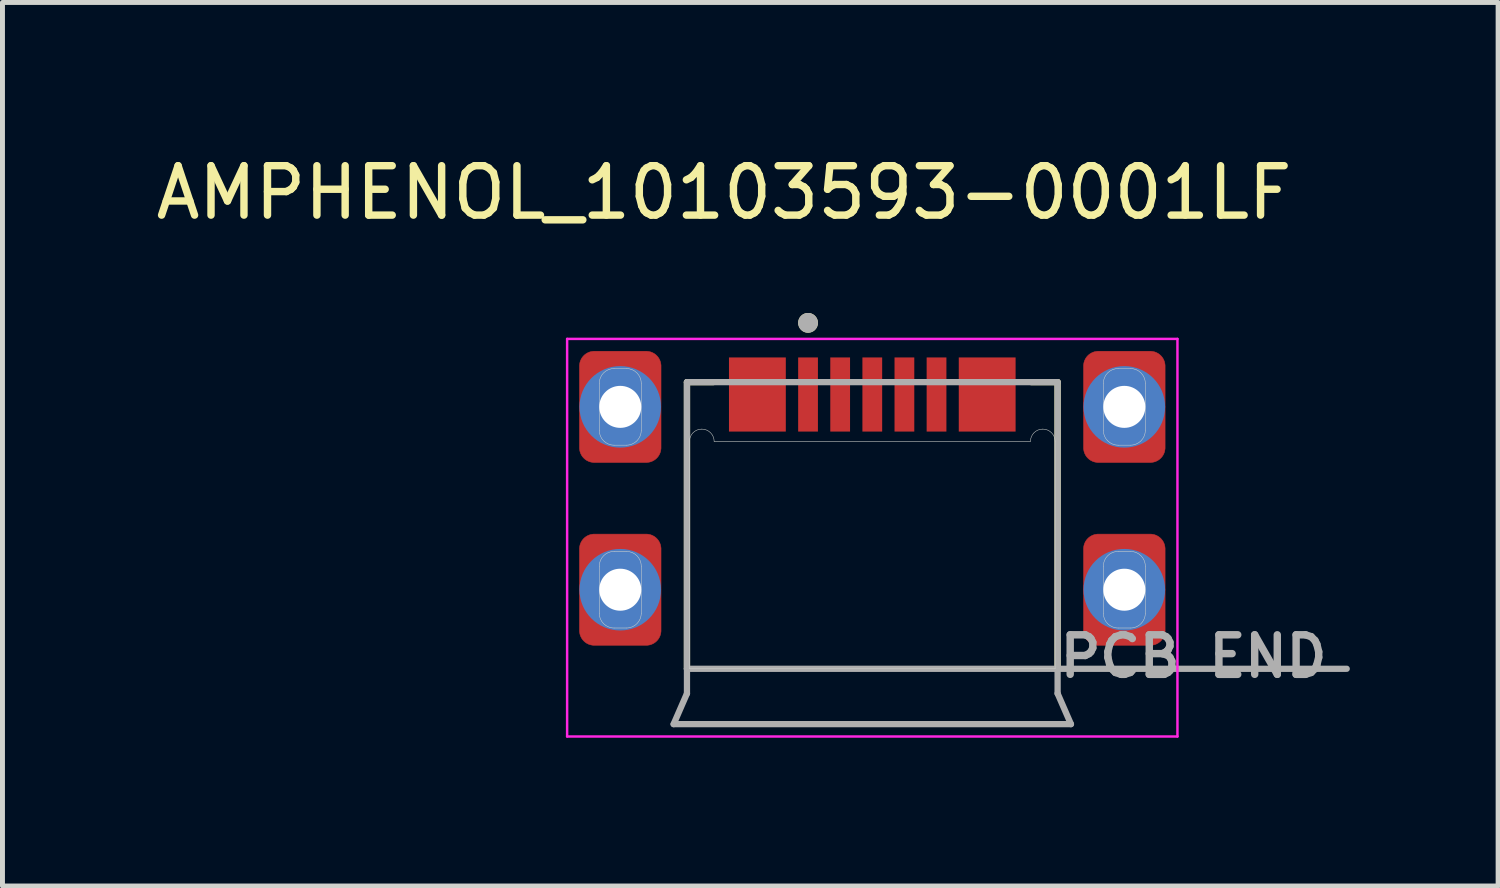
<source format=kicad_pcb>
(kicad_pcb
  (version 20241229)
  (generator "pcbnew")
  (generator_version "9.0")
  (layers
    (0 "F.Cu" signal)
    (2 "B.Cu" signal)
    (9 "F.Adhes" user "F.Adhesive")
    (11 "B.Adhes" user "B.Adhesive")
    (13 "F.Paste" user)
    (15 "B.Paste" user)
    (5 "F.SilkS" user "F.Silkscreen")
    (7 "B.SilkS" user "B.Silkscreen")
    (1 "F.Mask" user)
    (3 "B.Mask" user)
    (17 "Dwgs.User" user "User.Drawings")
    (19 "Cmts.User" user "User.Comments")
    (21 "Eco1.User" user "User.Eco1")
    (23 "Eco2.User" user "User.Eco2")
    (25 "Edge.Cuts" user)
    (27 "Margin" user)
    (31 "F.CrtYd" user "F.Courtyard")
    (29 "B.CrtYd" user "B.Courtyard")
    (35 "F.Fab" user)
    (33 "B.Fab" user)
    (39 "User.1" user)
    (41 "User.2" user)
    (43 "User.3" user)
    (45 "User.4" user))
  (footprint "AMPHENOL_10103593-0001LF"
    (layer "F.Cu")
    (at 14.601 8.883)
    (property "Reference" "AMPHENOL_10103593-0001LF" (at -3 -8.035 0) (layer "F.SilkS") (effects (font (size 1 1) (thickness 0.15))))
    (attr smd)
    (fp_poly (pts (xy -4.275 -2.875) (xy -4.275 -2.859) (xy -4.277 -2.844) (xy -4.279 -2.828) (xy -4.282 -2.813) (xy -4.285 -2.797) (xy -4.29 -2.782) (xy -4.295 -2.767) (xy -4.301 -2.753) (xy -4.308 -2.739) (xy -4.315 -2.725) (xy -4.323 -2.712) (xy -4.332 -2.699) (xy -4.342 -2.686) (xy -4.352 -2.674) (xy -4.363 -2.663) (xy -4.374 -2.652) (xy -4.386 -2.642) (xy -4.399 -2.632) (xy -4.412 -2.623) (xy -4.425 -2.615) (xy -4.439 -2.608) (xy -4.453 -2.601) (xy -4.467 -2.595) (xy -4.482 -2.59) (xy -4.497 -2.585) (xy -4.513 -2.582) (xy -4.528 -2.579) (xy -4.544 -2.577) (xy -4.559 -2.575) (xy -4.575 -2.575) (xy -5.625 -2.575) (xy -5.641 -2.575) (xy -5.656 -2.577) (xy -5.672 -2.579) (xy -5.687 -2.582) (xy -5.703 -2.585) (xy -5.718 -2.59) (xy -5.733 -2.595) (xy -5.747 -2.601) (xy -5.761 -2.608) (xy -5.775 -2.615) (xy -5.788 -2.623) (xy -5.801 -2.632) (xy -5.814 -2.642) (xy -5.826 -2.652) (xy -5.837 -2.663) (xy -5.848 -2.674) (xy -5.858 -2.686) (xy -5.868 -2.699) (xy -5.877 -2.712) (xy -5.885 -2.725) (xy -5.892 -2.739) (xy -5.899 -2.753) (xy -5.905 -2.767) (xy -5.91 -2.782) (xy -5.915 -2.797) (xy -5.918 -2.813) (xy -5.921 -2.828) (xy -5.923 -2.844) (xy -5.925 -2.859) (xy -5.925 -2.875) (xy -5.925 -4.525) (xy -5.925 -4.541) (xy -5.923 -4.556) (xy -5.921 -4.572) (xy -5.918 -4.587) (xy -5.915 -4.603) (xy -5.91 -4.618) (xy -5.905 -4.633) (xy -5.899 -4.647) (xy -5.892 -4.661) (xy -5.885 -4.675) (xy -5.877 -4.688) (xy -5.868 -4.701) (xy -5.858 -4.714) (xy -5.848 -4.726) (xy -5.837 -4.737) (xy -5.826 -4.748) (xy -5.814 -4.758) (xy -5.801 -4.768) (xy -5.788 -4.777) (xy -5.775 -4.785) (xy -5.761 -4.792) (xy -5.747 -4.799) (xy -5.733 -4.805) (xy -5.718 -4.81) (xy -5.703 -4.815) (xy -5.687 -4.818) (xy -5.672 -4.821) (xy -5.656 -4.823) (xy -5.641 -4.825) (xy -5.625 -4.825) (xy -4.575 -4.825) (xy -4.559 -4.825) (xy -4.544 -4.823) (xy -4.528 -4.821) (xy -4.513 -4.818) (xy -4.497 -4.815) (xy -4.482 -4.81) (xy -4.467 -4.805) (xy -4.453 -4.799) (xy -4.439 -4.792) (xy -4.425 -4.785) (xy -4.412 -4.777) (xy -4.399 -4.768) (xy -4.386 -4.758) (xy -4.374 -4.748) (xy -4.363 -4.737) (xy -4.352 -4.726) (xy -4.342 -4.714) (xy -4.332 -4.701) (xy -4.323 -4.688) (xy -4.315 -4.675) (xy -4.308 -4.661) (xy -4.301 -4.647) (xy -4.295 -4.633) (xy -4.29 -4.618) (xy -4.285 -4.603) (xy -4.282 -4.587) (xy -4.279 -4.572) (xy -4.277 -4.556) (xy -4.275 -4.541) (xy -4.275 -4.525) (xy -4.275 -2.875)) (stroke (width 0.01) (type solid)) (fill yes) (layer "F.Cu"))
    (fp_poly (pts (xy -4.275 0.825) (xy -4.275 0.841) (xy -4.277 0.856) (xy -4.279 0.872) (xy -4.282 0.887) (xy -4.285 0.903) (xy -4.29 0.918) (xy -4.295 0.933) (xy -4.301 0.947) (xy -4.308 0.961) (xy -4.315 0.975) (xy -4.323 0.988) (xy -4.332 1.001) (xy -4.342 1.014) (xy -4.352 1.026) (xy -4.363 1.037) (xy -4.374 1.048) (xy -4.386 1.058) (xy -4.399 1.068) (xy -4.412 1.077) (xy -4.425 1.085) (xy -4.439 1.092) (xy -4.453 1.099) (xy -4.467 1.105) (xy -4.482 1.11) (xy -4.497 1.115) (xy -4.513 1.118) (xy -4.528 1.121) (xy -4.544 1.123) (xy -4.559 1.125) (xy -4.575 1.125) (xy -5.625 1.125) (xy -5.641 1.125) (xy -5.656 1.123) (xy -5.672 1.121) (xy -5.687 1.118) (xy -5.703 1.115) (xy -5.718 1.11) (xy -5.733 1.105) (xy -5.747 1.099) (xy -5.761 1.092) (xy -5.775 1.085) (xy -5.788 1.077) (xy -5.801 1.068) (xy -5.814 1.058) (xy -5.826 1.048) (xy -5.837 1.037) (xy -5.848 1.026) (xy -5.858 1.014) (xy -5.868 1.001) (xy -5.877 0.988) (xy -5.885 0.975) (xy -5.892 0.961) (xy -5.899 0.947) (xy -5.905 0.933) (xy -5.91 0.918) (xy -5.915 0.903) (xy -5.918 0.887) (xy -5.921 0.872) (xy -5.923 0.856) (xy -5.925 0.841) (xy -5.925 0.825) (xy -5.925 -0.825) (xy -5.925 -0.841) (xy -5.923 -0.856) (xy -5.921 -0.872) (xy -5.918 -0.887) (xy -5.915 -0.903) (xy -5.91 -0.918) (xy -5.905 -0.933) (xy -5.899 -0.947) (xy -5.892 -0.961) (xy -5.885 -0.975) (xy -5.877 -0.988) (xy -5.868 -1.001) (xy -5.858 -1.014) (xy -5.848 -1.026) (xy -5.837 -1.037) (xy -5.826 -1.048) (xy -5.814 -1.058) (xy -5.801 -1.068) (xy -5.788 -1.077) (xy -5.775 -1.085) (xy -5.761 -1.092) (xy -5.747 -1.099) (xy -5.733 -1.105) (xy -5.718 -1.11) (xy -5.703 -1.115) (xy -5.687 -1.118) (xy -5.672 -1.121) (xy -5.656 -1.123) (xy -5.641 -1.125) (xy -5.625 -1.125) (xy -4.575 -1.125) (xy -4.559 -1.125) (xy -4.544 -1.123) (xy -4.528 -1.121) (xy -4.513 -1.118) (xy -4.497 -1.115) (xy -4.482 -1.11) (xy -4.467 -1.105) (xy -4.453 -1.099) (xy -4.439 -1.092) (xy -4.425 -1.085) (xy -4.412 -1.077) (xy -4.399 -1.068) (xy -4.386 -1.058) (xy -4.374 -1.048) (xy -4.363 -1.037) (xy -4.352 -1.026) (xy -4.342 -1.014) (xy -4.332 -1.001) (xy -4.323 -0.988) (xy -4.315 -0.975) (xy -4.308 -0.961) (xy -4.301 -0.947) (xy -4.295 -0.933) (xy -4.29 -0.918) (xy -4.285 -0.903) (xy -4.282 -0.887) (xy -4.279 -0.872) (xy -4.277 -0.856) (xy -4.275 -0.841) (xy -4.275 -0.825) (xy -4.275 0.825)) (stroke (width 0.01) (type solid)) (fill yes) (layer "F.Cu"))
    (fp_poly (pts (xy 5.925 -2.875) (xy 5.925 -2.859) (xy 5.923 -2.844) (xy 5.921 -2.828) (xy 5.918 -2.813) (xy 5.915 -2.797) (xy 5.91 -2.782) (xy 5.905 -2.767) (xy 5.899 -2.753) (xy 5.892 -2.739) (xy 5.885 -2.725) (xy 5.877 -2.712) (xy 5.868 -2.699) (xy 5.858 -2.686) (xy 5.848 -2.674) (xy 5.837 -2.663) (xy 5.826 -2.652) (xy 5.814 -2.642) (xy 5.801 -2.632) (xy 5.788 -2.623) (xy 5.775 -2.615) (xy 5.761 -2.608) (xy 5.747 -2.601) (xy 5.733 -2.595) (xy 5.718 -2.59) (xy 5.703 -2.585) (xy 5.687 -2.582) (xy 5.672 -2.579) (xy 5.656 -2.577) (xy 5.641 -2.575) (xy 5.625 -2.575) (xy 4.575 -2.575) (xy 4.559 -2.575) (xy 4.544 -2.577) (xy 4.528 -2.579) (xy 4.513 -2.582) (xy 4.497 -2.585) (xy 4.482 -2.59) (xy 4.467 -2.595) (xy 4.453 -2.601) (xy 4.439 -2.608) (xy 4.425 -2.615) (xy 4.412 -2.623) (xy 4.399 -2.632) (xy 4.386 -2.642) (xy 4.374 -2.652) (xy 4.363 -2.663) (xy 4.352 -2.674) (xy 4.342 -2.686) (xy 4.332 -2.699) (xy 4.323 -2.712) (xy 4.315 -2.725) (xy 4.308 -2.739) (xy 4.301 -2.753) (xy 4.295 -2.767) (xy 4.29 -2.782) (xy 4.285 -2.797) (xy 4.282 -2.813) (xy 4.279 -2.828) (xy 4.277 -2.844) (xy 4.275 -2.859) (xy 4.275 -2.875) (xy 4.275 -4.525) (xy 4.275 -4.541) (xy 4.277 -4.556) (xy 4.279 -4.572) (xy 4.282 -4.587) (xy 4.285 -4.603) (xy 4.29 -4.618) (xy 4.295 -4.633) (xy 4.301 -4.647) (xy 4.308 -4.661) (xy 4.315 -4.675) (xy 4.323 -4.688) (xy 4.332 -4.701) (xy 4.342 -4.714) (xy 4.352 -4.726) (xy 4.363 -4.737) (xy 4.374 -4.748) (xy 4.386 -4.758) (xy 4.399 -4.768) (xy 4.412 -4.777) (xy 4.425 -4.785) (xy 4.439 -4.792) (xy 4.453 -4.799) (xy 4.467 -4.805) (xy 4.482 -4.81) (xy 4.497 -4.815) (xy 4.513 -4.818) (xy 4.528 -4.821) (xy 4.544 -4.823) (xy 4.559 -4.825) (xy 4.575 -4.825) (xy 5.625 -4.825) (xy 5.641 -4.825) (xy 5.656 -4.823) (xy 5.672 -4.821) (xy 5.687 -4.818) (xy 5.703 -4.815) (xy 5.718 -4.81) (xy 5.733 -4.805) (xy 5.747 -4.799) (xy 5.761 -4.792) (xy 5.775 -4.785) (xy 5.788 -4.777) (xy 5.801 -4.768) (xy 5.814 -4.758) (xy 5.826 -4.748) (xy 5.837 -4.737) (xy 5.848 -4.726) (xy 5.858 -4.714) (xy 5.868 -4.701) (xy 5.877 -4.688) (xy 5.885 -4.675) (xy 5.892 -4.661) (xy 5.899 -4.647) (xy 5.905 -4.633) (xy 5.91 -4.618) (xy 5.915 -4.603) (xy 5.918 -4.587) (xy 5.921 -4.572) (xy 5.923 -4.556) (xy 5.925 -4.541) (xy 5.925 -4.525) (xy 5.925 -2.875)) (stroke (width 0.01) (type solid)) (fill yes) (layer "F.Cu"))
    (fp_poly (pts (xy 5.925 0.825) (xy 5.925 0.841) (xy 5.923 0.856) (xy 5.921 0.872) (xy 5.918 0.887) (xy 5.915 0.903) (xy 5.91 0.918) (xy 5.905 0.933) (xy 5.899 0.947) (xy 5.892 0.961) (xy 5.885 0.975) (xy 5.877 0.988) (xy 5.868 1.001) (xy 5.858 1.014) (xy 5.848 1.026) (xy 5.837 1.037) (xy 5.826 1.048) (xy 5.814 1.058) (xy 5.801 1.068) (xy 5.788 1.077) (xy 5.775 1.085) (xy 5.761 1.092) (xy 5.747 1.099) (xy 5.733 1.105) (xy 5.718 1.11) (xy 5.703 1.115) (xy 5.687 1.118) (xy 5.672 1.121) (xy 5.656 1.123) (xy 5.641 1.125) (xy 5.625 1.125) (xy 4.575 1.125) (xy 4.559 1.125) (xy 4.544 1.123) (xy 4.528 1.121) (xy 4.513 1.118) (xy 4.497 1.115) (xy 4.482 1.11) (xy 4.467 1.105) (xy 4.453 1.099) (xy 4.439 1.092) (xy 4.425 1.085) (xy 4.412 1.077) (xy 4.399 1.068) (xy 4.386 1.058) (xy 4.374 1.048) (xy 4.363 1.037) (xy 4.352 1.026) (xy 4.342 1.014) (xy 4.332 1.001) (xy 4.323 0.988) (xy 4.315 0.975) (xy 4.308 0.961) (xy 4.301 0.947) (xy 4.295 0.933) (xy 4.29 0.918) (xy 4.285 0.903) (xy 4.282 0.887) (xy 4.279 0.872) (xy 4.277 0.856) (xy 4.275 0.841) (xy 4.275 0.825) (xy 4.275 -0.825) (xy 4.275 -0.841) (xy 4.277 -0.856) (xy 4.279 -0.872) (xy 4.282 -0.887) (xy 4.285 -0.903) (xy 4.29 -0.918) (xy 4.295 -0.933) (xy 4.301 -0.947) (xy 4.308 -0.961) (xy 4.315 -0.975) (xy 4.323 -0.988) (xy 4.332 -1.001) (xy 4.342 -1.014) (xy 4.352 -1.026) (xy 4.363 -1.037) (xy 4.374 -1.048) (xy 4.386 -1.058) (xy 4.399 -1.068) (xy 4.412 -1.077) (xy 4.425 -1.085) (xy 4.439 -1.092) (xy 4.453 -1.099) (xy 4.467 -1.105) (xy 4.482 -1.11) (xy 4.497 -1.115) (xy 4.513 -1.118) (xy 4.528 -1.121) (xy 4.544 -1.123) (xy 4.559 -1.125) (xy 4.575 -1.125) (xy 5.625 -1.125) (xy 5.641 -1.125) (xy 5.656 -1.123) (xy 5.672 -1.121) (xy 5.687 -1.118) (xy 5.703 -1.115) (xy 5.718 -1.11) (xy 5.733 -1.105) (xy 5.747 -1.099) (xy 5.761 -1.092) (xy 5.775 -1.085) (xy 5.788 -1.077) (xy 5.801 -1.068) (xy 5.814 -1.058) (xy 5.826 -1.048) (xy 5.837 -1.037) (xy 5.848 -1.026) (xy 5.858 -1.014) (xy 5.868 -1.001) (xy 5.877 -0.988) (xy 5.885 -0.975) (xy 5.892 -0.961) (xy 5.899 -0.947) (xy 5.905 -0.933) (xy 5.91 -0.918) (xy 5.915 -0.903) (xy 5.918 -0.887) (xy 5.921 -0.872) (xy 5.923 -0.856) (xy 5.925 -0.841) (xy 5.925 -0.825) (xy 5.925 0.825)) (stroke (width 0.01) (type solid)) (fill yes) (layer "F.Cu"))
    (fp_poly (pts (xy -4.175 -2.875) (xy -4.176 -2.854) (xy -4.177 -2.833) (xy -4.18 -2.812) (xy -4.184 -2.792) (xy -4.189 -2.771) (xy -4.195 -2.751) (xy -4.202 -2.732) (xy -4.21 -2.712) (xy -4.219 -2.693) (xy -4.229 -2.675) (xy -4.24 -2.657) (xy -4.251 -2.64) (xy -4.264 -2.623) (xy -4.278 -2.607) (xy -4.292 -2.592) (xy -4.307 -2.578) (xy -4.323 -2.564) (xy -4.34 -2.551) (xy -4.357 -2.54) (xy -4.375 -2.529) (xy -4.393 -2.519) (xy -4.412 -2.51) (xy -4.432 -2.502) (xy -4.451 -2.495) (xy -4.471 -2.489) (xy -4.492 -2.484) (xy -4.512 -2.48) (xy -4.533 -2.477) (xy -4.554 -2.476) (xy -4.575 -2.475) (xy -5.625 -2.475) (xy -5.646 -2.476) (xy -5.667 -2.477) (xy -5.688 -2.48) (xy -5.708 -2.484) (xy -5.729 -2.489) (xy -5.749 -2.495) (xy -5.768 -2.502) (xy -5.788 -2.51) (xy -5.807 -2.519) (xy -5.825 -2.529) (xy -5.843 -2.54) (xy -5.86 -2.551) (xy -5.877 -2.564) (xy -5.893 -2.578) (xy -5.908 -2.592) (xy -5.922 -2.607) (xy -5.936 -2.623) (xy -5.949 -2.64) (xy -5.96 -2.657) (xy -5.971 -2.675) (xy -5.981 -2.693) (xy -5.99 -2.712) (xy -5.998 -2.732) (xy -6.005 -2.751) (xy -6.011 -2.771) (xy -6.016 -2.792) (xy -6.02 -2.812) (xy -6.023 -2.833) (xy -6.024 -2.854) (xy -6.025 -2.875) (xy -6.025 -4.525) (xy -6.024 -4.546) (xy -6.023 -4.567) (xy -6.02 -4.588) (xy -6.016 -4.608) (xy -6.011 -4.629) (xy -6.005 -4.649) (xy -5.998 -4.668) (xy -5.99 -4.688) (xy -5.981 -4.707) (xy -5.971 -4.725) (xy -5.96 -4.743) (xy -5.949 -4.76) (xy -5.936 -4.777) (xy -5.922 -4.793) (xy -5.908 -4.808) (xy -5.893 -4.822) (xy -5.877 -4.836) (xy -5.86 -4.849) (xy -5.843 -4.86) (xy -5.825 -4.871) (xy -5.807 -4.881) (xy -5.788 -4.89) (xy -5.768 -4.898) (xy -5.749 -4.905) (xy -5.729 -4.911) (xy -5.708 -4.916) (xy -5.688 -4.92) (xy -5.667 -4.923) (xy -5.646 -4.924) (xy -5.625 -4.925) (xy -4.575 -4.925) (xy -4.554 -4.924) (xy -4.533 -4.923) (xy -4.512 -4.92) (xy -4.492 -4.916) (xy -4.471 -4.911) (xy -4.451 -4.905) (xy -4.432 -4.898) (xy -4.412 -4.89) (xy -4.393 -4.881) (xy -4.375 -4.871) (xy -4.357 -4.86) (xy -4.34 -4.849) (xy -4.323 -4.836) (xy -4.307 -4.822) (xy -4.292 -4.808) (xy -4.278 -4.793) (xy -4.264 -4.777) (xy -4.251 -4.76) (xy -4.24 -4.743) (xy -4.229 -4.725) (xy -4.219 -4.707) (xy -4.21 -4.688) (xy -4.202 -4.668) (xy -4.195 -4.649) (xy -4.189 -4.629) (xy -4.184 -4.608) (xy -4.18 -4.588) (xy -4.177 -4.567) (xy -4.176 -4.546) (xy -4.175 -4.525) (xy -4.175 -2.875)) (stroke (width 0.01) (type solid)) (fill yes) (layer "F.Mask"))
    (fp_poly (pts (xy -4.175 0.825) (xy -4.176 0.846) (xy -4.177 0.867) (xy -4.18 0.888) (xy -4.184 0.908) (xy -4.189 0.929) (xy -4.195 0.949) (xy -4.202 0.968) (xy -4.21 0.988) (xy -4.219 1.007) (xy -4.229 1.025) (xy -4.24 1.043) (xy -4.251 1.06) (xy -4.264 1.077) (xy -4.278 1.093) (xy -4.292 1.108) (xy -4.307 1.122) (xy -4.323 1.136) (xy -4.34 1.149) (xy -4.357 1.16) (xy -4.375 1.171) (xy -4.393 1.181) (xy -4.412 1.19) (xy -4.432 1.198) (xy -4.451 1.205) (xy -4.471 1.211) (xy -4.492 1.216) (xy -4.512 1.22) (xy -4.533 1.223) (xy -4.554 1.224) (xy -4.575 1.225) (xy -5.625 1.225) (xy -5.646 1.224) (xy -5.667 1.223) (xy -5.688 1.22) (xy -5.708 1.216) (xy -5.729 1.211) (xy -5.749 1.205) (xy -5.768 1.198) (xy -5.788 1.19) (xy -5.807 1.181) (xy -5.825 1.171) (xy -5.843 1.16) (xy -5.86 1.149) (xy -5.877 1.136) (xy -5.893 1.122) (xy -5.908 1.108) (xy -5.922 1.093) (xy -5.936 1.077) (xy -5.949 1.06) (xy -5.96 1.043) (xy -5.971 1.025) (xy -5.981 1.007) (xy -5.99 0.988) (xy -5.998 0.968) (xy -6.005 0.949) (xy -6.011 0.929) (xy -6.016 0.908) (xy -6.02 0.888) (xy -6.023 0.867) (xy -6.024 0.846) (xy -6.025 0.825) (xy -6.025 -0.825) (xy -6.024 -0.846) (xy -6.023 -0.867) (xy -6.02 -0.888) (xy -6.016 -0.908) (xy -6.011 -0.929) (xy -6.005 -0.949) (xy -5.998 -0.968) (xy -5.99 -0.988) (xy -5.981 -1.007) (xy -5.971 -1.025) (xy -5.96 -1.043) (xy -5.949 -1.06) (xy -5.936 -1.077) (xy -5.922 -1.093) (xy -5.908 -1.108) (xy -5.893 -1.122) (xy -5.877 -1.136) (xy -5.86 -1.149) (xy -5.843 -1.16) (xy -5.825 -1.171) (xy -5.807 -1.181) (xy -5.788 -1.19) (xy -5.768 -1.198) (xy -5.749 -1.205) (xy -5.729 -1.211) (xy -5.708 -1.216) (xy -5.688 -1.22) (xy -5.667 -1.223) (xy -5.646 -1.224) (xy -5.625 -1.225) (xy -4.575 -1.225) (xy -4.554 -1.224) (xy -4.533 -1.223) (xy -4.512 -1.22) (xy -4.492 -1.216) (xy -4.471 -1.211) (xy -4.451 -1.205) (xy -4.432 -1.198) (xy -4.412 -1.19) (xy -4.393 -1.181) (xy -4.375 -1.171) (xy -4.357 -1.16) (xy -4.34 -1.149) (xy -4.323 -1.136) (xy -4.307 -1.122) (xy -4.292 -1.108) (xy -4.278 -1.093) (xy -4.264 -1.077) (xy -4.251 -1.06) (xy -4.24 -1.043) (xy -4.229 -1.025) (xy -4.219 -1.007) (xy -4.21 -0.988) (xy -4.202 -0.968) (xy -4.195 -0.949) (xy -4.189 -0.929) (xy -4.184 -0.908) (xy -4.18 -0.888) (xy -4.177 -0.867) (xy -4.176 -0.846) (xy -4.175 -0.825) (xy -4.175 0.825)) (stroke (width 0.01) (type solid)) (fill yes) (layer "F.Mask"))
    (fp_poly (pts (xy 6.025 -2.875) (xy 6.024 -2.854) (xy 6.023 -2.833) (xy 6.02 -2.812) (xy 6.016 -2.792) (xy 6.011 -2.771) (xy 6.005 -2.751) (xy 5.998 -2.732) (xy 5.99 -2.712) (xy 5.981 -2.693) (xy 5.971 -2.675) (xy 5.96 -2.657) (xy 5.949 -2.64) (xy 5.936 -2.623) (xy 5.922 -2.607) (xy 5.908 -2.592) (xy 5.893 -2.578) (xy 5.877 -2.564) (xy 5.86 -2.551) (xy 5.843 -2.54) (xy 5.825 -2.529) (xy 5.807 -2.519) (xy 5.788 -2.51) (xy 5.768 -2.502) (xy 5.749 -2.495) (xy 5.729 -2.489) (xy 5.708 -2.484) (xy 5.688 -2.48) (xy 5.667 -2.477) (xy 5.646 -2.476) (xy 5.625 -2.475) (xy 4.575 -2.475) (xy 4.554 -2.476) (xy 4.533 -2.477) (xy 4.512 -2.48) (xy 4.492 -2.484) (xy 4.471 -2.489) (xy 4.451 -2.495) (xy 4.432 -2.502) (xy 4.412 -2.51) (xy 4.393 -2.519) (xy 4.375 -2.529) (xy 4.357 -2.54) (xy 4.34 -2.551) (xy 4.323 -2.564) (xy 4.307 -2.578) (xy 4.292 -2.592) (xy 4.278 -2.607) (xy 4.264 -2.623) (xy 4.251 -2.64) (xy 4.24 -2.657) (xy 4.229 -2.675) (xy 4.219 -2.693) (xy 4.21 -2.712) (xy 4.202 -2.732) (xy 4.195 -2.751) (xy 4.189 -2.771) (xy 4.184 -2.792) (xy 4.18 -2.812) (xy 4.177 -2.833) (xy 4.176 -2.854) (xy 4.175 -2.875) (xy 4.175 -4.525) (xy 4.176 -4.546) (xy 4.177 -4.567) (xy 4.18 -4.588) (xy 4.184 -4.608) (xy 4.189 -4.629) (xy 4.195 -4.649) (xy 4.202 -4.668) (xy 4.21 -4.688) (xy 4.219 -4.707) (xy 4.229 -4.725) (xy 4.24 -4.743) (xy 4.251 -4.76) (xy 4.264 -4.777) (xy 4.278 -4.793) (xy 4.292 -4.808) (xy 4.307 -4.822) (xy 4.323 -4.836) (xy 4.34 -4.849) (xy 4.357 -4.86) (xy 4.375 -4.871) (xy 4.393 -4.881) (xy 4.412 -4.89) (xy 4.432 -4.898) (xy 4.451 -4.905) (xy 4.471 -4.911) (xy 4.492 -4.916) (xy 4.512 -4.92) (xy 4.533 -4.923) (xy 4.554 -4.924) (xy 4.575 -4.925) (xy 5.625 -4.925) (xy 5.646 -4.924) (xy 5.667 -4.923) (xy 5.688 -4.92) (xy 5.708 -4.916) (xy 5.729 -4.911) (xy 5.749 -4.905) (xy 5.768 -4.898) (xy 5.788 -4.89) (xy 5.807 -4.881) (xy 5.825 -4.871) (xy 5.843 -4.86) (xy 5.86 -4.849) (xy 5.877 -4.836) (xy 5.893 -4.822) (xy 5.908 -4.808) (xy 5.922 -4.793) (xy 5.936 -4.777) (xy 5.949 -4.76) (xy 5.96 -4.743) (xy 5.971 -4.725) (xy 5.981 -4.707) (xy 5.99 -4.688) (xy 5.998 -4.668) (xy 6.005 -4.649) (xy 6.011 -4.629) (xy 6.016 -4.608) (xy 6.02 -4.588) (xy 6.023 -4.567) (xy 6.024 -4.546) (xy 6.025 -4.525) (xy 6.025 -2.875)) (stroke (width 0.01) (type solid)) (fill yes) (layer "F.Mask"))
    (fp_poly (pts (xy 6.025 0.825) (xy 6.024 0.846) (xy 6.023 0.867) (xy 6.02 0.888) (xy 6.016 0.908) (xy 6.011 0.929) (xy 6.005 0.949) (xy 5.998 0.968) (xy 5.99 0.988) (xy 5.981 1.007) (xy 5.971 1.025) (xy 5.96 1.043) (xy 5.949 1.06) (xy 5.936 1.077) (xy 5.922 1.093) (xy 5.908 1.108) (xy 5.893 1.122) (xy 5.877 1.136) (xy 5.86 1.149) (xy 5.843 1.16) (xy 5.825 1.171) (xy 5.807 1.181) (xy 5.788 1.19) (xy 5.768 1.198) (xy 5.749 1.205) (xy 5.729 1.211) (xy 5.708 1.216) (xy 5.688 1.22) (xy 5.667 1.223) (xy 5.646 1.224) (xy 5.625 1.225) (xy 4.575 1.225) (xy 4.554 1.224) (xy 4.533 1.223) (xy 4.512 1.22) (xy 4.492 1.216) (xy 4.471 1.211) (xy 4.451 1.205) (xy 4.432 1.198) (xy 4.412 1.19) (xy 4.393 1.181) (xy 4.375 1.171) (xy 4.357 1.16) (xy 4.34 1.149) (xy 4.323 1.136) (xy 4.307 1.122) (xy 4.292 1.108) (xy 4.278 1.093) (xy 4.264 1.077) (xy 4.251 1.06) (xy 4.24 1.043) (xy 4.229 1.025) (xy 4.219 1.007) (xy 4.21 0.988) (xy 4.202 0.968) (xy 4.195 0.949) (xy 4.189 0.929) (xy 4.184 0.908) (xy 4.18 0.888) (xy 4.177 0.867) (xy 4.176 0.846) (xy 4.175 0.825) (xy 4.175 -0.825) (xy 4.176 -0.846) (xy 4.177 -0.867) (xy 4.18 -0.888) (xy 4.184 -0.908) (xy 4.189 -0.929) (xy 4.195 -0.949) (xy 4.202 -0.968) (xy 4.21 -0.988) (xy 4.219 -1.007) (xy 4.229 -1.025) (xy 4.24 -1.043) (xy 4.251 -1.06) (xy 4.264 -1.077) (xy 4.278 -1.093) (xy 4.292 -1.108) (xy 4.307 -1.122) (xy 4.323 -1.136) (xy 4.34 -1.149) (xy 4.357 -1.16) (xy 4.375 -1.171) (xy 4.393 -1.181) (xy 4.412 -1.19) (xy 4.432 -1.198) (xy 4.451 -1.205) (xy 4.471 -1.211) (xy 4.492 -1.216) (xy 4.512 -1.22) (xy 4.533 -1.223) (xy 4.554 -1.224) (xy 4.575 -1.225) (xy 5.625 -1.225) (xy 5.646 -1.224) (xy 5.667 -1.223) (xy 5.688 -1.22) (xy 5.708 -1.216) (xy 5.729 -1.211) (xy 5.749 -1.205) (xy 5.768 -1.198) (xy 5.788 -1.19) (xy 5.807 -1.181) (xy 5.825 -1.171) (xy 5.843 -1.16) (xy 5.86 -1.149) (xy 5.877 -1.136) (xy 5.893 -1.122) (xy 5.908 -1.108) (xy 5.922 -1.093) (xy 5.936 -1.077) (xy 5.949 -1.06) (xy 5.96 -1.043) (xy 5.971 -1.025) (xy 5.981 -1.007) (xy 5.99 -0.988) (xy 5.998 -0.968) (xy 6.005 -0.949) (xy 6.011 -0.929) (xy 6.016 -0.908) (xy 6.02 -0.888) (xy 6.023 -0.867) (xy 6.024 -0.846) (xy 6.025 -0.825) (xy 6.025 0.825)) (stroke (width 0.01) (type solid)) (fill yes) (layer "F.Mask"))
    (fp_poly (pts (xy -4.175 -2.875) (xy -4.176 -2.854) (xy -4.177 -2.833) (xy -4.18 -2.812) (xy -4.184 -2.792) (xy -4.189 -2.771) (xy -4.195 -2.751) (xy -4.202 -2.732) (xy -4.21 -2.712) (xy -4.219 -2.693) (xy -4.229 -2.675) (xy -4.24 -2.657) (xy -4.251 -2.64) (xy -4.264 -2.623) (xy -4.278 -2.607) (xy -4.292 -2.592) (xy -4.307 -2.578) (xy -4.323 -2.564) (xy -4.34 -2.551) (xy -4.357 -2.54) (xy -4.375 -2.529) (xy -4.393 -2.519) (xy -4.412 -2.51) (xy -4.432 -2.502) (xy -4.451 -2.495) (xy -4.471 -2.489) (xy -4.492 -2.484) (xy -4.512 -2.48) (xy -4.533 -2.477) (xy -4.554 -2.476) (xy -4.575 -2.475) (xy -5.625 -2.475) (xy -5.646 -2.476) (xy -5.667 -2.477) (xy -5.688 -2.48) (xy -5.708 -2.484) (xy -5.729 -2.489) (xy -5.749 -2.495) (xy -5.768 -2.502) (xy -5.788 -2.51) (xy -5.807 -2.519) (xy -5.825 -2.529) (xy -5.843 -2.54) (xy -5.86 -2.551) (xy -5.877 -2.564) (xy -5.893 -2.578) (xy -5.908 -2.592) (xy -5.922 -2.607) (xy -5.936 -2.623) (xy -5.949 -2.64) (xy -5.96 -2.657) (xy -5.971 -2.675) (xy -5.981 -2.693) (xy -5.99 -2.712) (xy -5.998 -2.732) (xy -6.005 -2.751) (xy -6.011 -2.771) (xy -6.016 -2.792) (xy -6.02 -2.812) (xy -6.023 -2.833) (xy -6.024 -2.854) (xy -6.025 -2.875) (xy -6.025 -4.525) (xy -6.024 -4.546) (xy -6.023 -4.567) (xy -6.02 -4.588) (xy -6.016 -4.608) (xy -6.011 -4.629) (xy -6.005 -4.649) (xy -5.998 -4.668) (xy -5.99 -4.688) (xy -5.981 -4.707) (xy -5.971 -4.725) (xy -5.96 -4.743) (xy -5.949 -4.76) (xy -5.936 -4.777) (xy -5.922 -4.793) (xy -5.908 -4.808) (xy -5.893 -4.822) (xy -5.877 -4.836) (xy -5.86 -4.849) (xy -5.843 -4.86) (xy -5.825 -4.871) (xy -5.807 -4.881) (xy -5.788 -4.89) (xy -5.768 -4.898) (xy -5.749 -4.905) (xy -5.729 -4.911) (xy -5.708 -4.916) (xy -5.688 -4.92) (xy -5.667 -4.923) (xy -5.646 -4.924) (xy -5.625 -4.925) (xy -4.575 -4.925) (xy -4.554 -4.924) (xy -4.533 -4.923) (xy -4.512 -4.92) (xy -4.492 -4.916) (xy -4.471 -4.911) (xy -4.451 -4.905) (xy -4.432 -4.898) (xy -4.412 -4.89) (xy -4.393 -4.881) (xy -4.375 -4.871) (xy -4.357 -4.86) (xy -4.34 -4.849) (xy -4.323 -4.836) (xy -4.307 -4.822) (xy -4.292 -4.808) (xy -4.278 -4.793) (xy -4.264 -4.777) (xy -4.251 -4.76) (xy -4.24 -4.743) (xy -4.229 -4.725) (xy -4.219 -4.707) (xy -4.21 -4.688) (xy -4.202 -4.668) (xy -4.195 -4.649) (xy -4.189 -4.629) (xy -4.184 -4.608) (xy -4.18 -4.588) (xy -4.177 -4.567) (xy -4.176 -4.546) (xy -4.175 -4.525) (xy -4.175 -2.875)) (stroke (width 0.01) (type solid)) (fill yes) (layer "B.Mask"))
    (fp_poly (pts (xy -4.175 0.825) (xy -4.176 0.846) (xy -4.177 0.867) (xy -4.18 0.888) (xy -4.184 0.908) (xy -4.189 0.929) (xy -4.195 0.949) (xy -4.202 0.968) (xy -4.21 0.988) (xy -4.219 1.007) (xy -4.229 1.025) (xy -4.24 1.043) (xy -4.251 1.06) (xy -4.264 1.077) (xy -4.278 1.093) (xy -4.292 1.108) (xy -4.307 1.122) (xy -4.323 1.136) (xy -4.34 1.149) (xy -4.357 1.16) (xy -4.375 1.171) (xy -4.393 1.181) (xy -4.412 1.19) (xy -4.432 1.198) (xy -4.451 1.205) (xy -4.471 1.211) (xy -4.492 1.216) (xy -4.512 1.22) (xy -4.533 1.223) (xy -4.554 1.224) (xy -4.575 1.225) (xy -5.625 1.225) (xy -5.646 1.224) (xy -5.667 1.223) (xy -5.688 1.22) (xy -5.708 1.216) (xy -5.729 1.211) (xy -5.749 1.205) (xy -5.768 1.198) (xy -5.788 1.19) (xy -5.807 1.181) (xy -5.825 1.171) (xy -5.843 1.16) (xy -5.86 1.149) (xy -5.877 1.136) (xy -5.893 1.122) (xy -5.908 1.108) (xy -5.922 1.093) (xy -5.936 1.077) (xy -5.949 1.06) (xy -5.96 1.043) (xy -5.971 1.025) (xy -5.981 1.007) (xy -5.99 0.988) (xy -5.998 0.968) (xy -6.005 0.949) (xy -6.011 0.929) (xy -6.016 0.908) (xy -6.02 0.888) (xy -6.023 0.867) (xy -6.024 0.846) (xy -6.025 0.825) (xy -6.025 -0.825) (xy -6.024 -0.846) (xy -6.023 -0.867) (xy -6.02 -0.888) (xy -6.016 -0.908) (xy -6.011 -0.929) (xy -6.005 -0.949) (xy -5.998 -0.968) (xy -5.99 -0.988) (xy -5.981 -1.007) (xy -5.971 -1.025) (xy -5.96 -1.043) (xy -5.949 -1.06) (xy -5.936 -1.077) (xy -5.922 -1.093) (xy -5.908 -1.108) (xy -5.893 -1.122) (xy -5.877 -1.136) (xy -5.86 -1.149) (xy -5.843 -1.16) (xy -5.825 -1.171) (xy -5.807 -1.181) (xy -5.788 -1.19) (xy -5.768 -1.198) (xy -5.749 -1.205) (xy -5.729 -1.211) (xy -5.708 -1.216) (xy -5.688 -1.22) (xy -5.667 -1.223) (xy -5.646 -1.224) (xy -5.625 -1.225) (xy -4.575 -1.225) (xy -4.554 -1.224) (xy -4.533 -1.223) (xy -4.512 -1.22) (xy -4.492 -1.216) (xy -4.471 -1.211) (xy -4.451 -1.205) (xy -4.432 -1.198) (xy -4.412 -1.19) (xy -4.393 -1.181) (xy -4.375 -1.171) (xy -4.357 -1.16) (xy -4.34 -1.149) (xy -4.323 -1.136) (xy -4.307 -1.122) (xy -4.292 -1.108) (xy -4.278 -1.093) (xy -4.264 -1.077) (xy -4.251 -1.06) (xy -4.24 -1.043) (xy -4.229 -1.025) (xy -4.219 -1.007) (xy -4.21 -0.988) (xy -4.202 -0.968) (xy -4.195 -0.949) (xy -4.189 -0.929) (xy -4.184 -0.908) (xy -4.18 -0.888) (xy -4.177 -0.867) (xy -4.176 -0.846) (xy -4.175 -0.825) (xy -4.175 0.825)) (stroke (width 0.01) (type solid)) (fill yes) (layer "B.Mask"))
    (fp_poly (pts (xy 6.025 -2.875) (xy 6.024 -2.854) (xy 6.023 -2.833) (xy 6.02 -2.812) (xy 6.016 -2.792) (xy 6.011 -2.771) (xy 6.005 -2.751) (xy 5.998 -2.732) (xy 5.99 -2.712) (xy 5.981 -2.693) (xy 5.971 -2.675) (xy 5.96 -2.657) (xy 5.949 -2.64) (xy 5.936 -2.623) (xy 5.922 -2.607) (xy 5.908 -2.592) (xy 5.893 -2.578) (xy 5.877 -2.564) (xy 5.86 -2.551) (xy 5.843 -2.54) (xy 5.825 -2.529) (xy 5.807 -2.519) (xy 5.788 -2.51) (xy 5.768 -2.502) (xy 5.749 -2.495) (xy 5.729 -2.489) (xy 5.708 -2.484) (xy 5.688 -2.48) (xy 5.667 -2.477) (xy 5.646 -2.476) (xy 5.625 -2.475) (xy 4.575 -2.475) (xy 4.554 -2.476) (xy 4.533 -2.477) (xy 4.512 -2.48) (xy 4.492 -2.484) (xy 4.471 -2.489) (xy 4.451 -2.495) (xy 4.432 -2.502) (xy 4.412 -2.51) (xy 4.393 -2.519) (xy 4.375 -2.529) (xy 4.357 -2.54) (xy 4.34 -2.551) (xy 4.323 -2.564) (xy 4.307 -2.578) (xy 4.292 -2.592) (xy 4.278 -2.607) (xy 4.264 -2.623) (xy 4.251 -2.64) (xy 4.24 -2.657) (xy 4.229 -2.675) (xy 4.219 -2.693) (xy 4.21 -2.712) (xy 4.202 -2.732) (xy 4.195 -2.751) (xy 4.189 -2.771) (xy 4.184 -2.792) (xy 4.18 -2.812) (xy 4.177 -2.833) (xy 4.176 -2.854) (xy 4.175 -2.875) (xy 4.175 -4.525) (xy 4.176 -4.546) (xy 4.177 -4.567) (xy 4.18 -4.588) (xy 4.184 -4.608) (xy 4.189 -4.629) (xy 4.195 -4.649) (xy 4.202 -4.668) (xy 4.21 -4.688) (xy 4.219 -4.707) (xy 4.229 -4.725) (xy 4.24 -4.743) (xy 4.251 -4.76) (xy 4.264 -4.777) (xy 4.278 -4.793) (xy 4.292 -4.808) (xy 4.307 -4.822) (xy 4.323 -4.836) (xy 4.34 -4.849) (xy 4.357 -4.86) (xy 4.375 -4.871) (xy 4.393 -4.881) (xy 4.412 -4.89) (xy 4.432 -4.898) (xy 4.451 -4.905) (xy 4.471 -4.911) (xy 4.492 -4.916) (xy 4.512 -4.92) (xy 4.533 -4.923) (xy 4.554 -4.924) (xy 4.575 -4.925) (xy 5.625 -4.925) (xy 5.646 -4.924) (xy 5.667 -4.923) (xy 5.688 -4.92) (xy 5.708 -4.916) (xy 5.729 -4.911) (xy 5.749 -4.905) (xy 5.768 -4.898) (xy 5.788 -4.89) (xy 5.807 -4.881) (xy 5.825 -4.871) (xy 5.843 -4.86) (xy 5.86 -4.849) (xy 5.877 -4.836) (xy 5.893 -4.822) (xy 5.908 -4.808) (xy 5.922 -4.793) (xy 5.936 -4.777) (xy 5.949 -4.76) (xy 5.96 -4.743) (xy 5.971 -4.725) (xy 5.981 -4.707) (xy 5.99 -4.688) (xy 5.998 -4.668) (xy 6.005 -4.649) (xy 6.011 -4.629) (xy 6.016 -4.608) (xy 6.02 -4.588) (xy 6.023 -4.567) (xy 6.024 -4.546) (xy 6.025 -4.525) (xy 6.025 -2.875)) (stroke (width 0.01) (type solid)) (fill yes) (layer "B.Mask"))
    (fp_poly (pts (xy 6.025 0.825) (xy 6.024 0.846) (xy 6.023 0.867) (xy 6.02 0.888) (xy 6.016 0.908) (xy 6.011 0.929) (xy 6.005 0.949) (xy 5.998 0.968) (xy 5.99 0.988) (xy 5.981 1.007) (xy 5.971 1.025) (xy 5.96 1.043) (xy 5.949 1.06) (xy 5.936 1.077) (xy 5.922 1.093) (xy 5.908 1.108) (xy 5.893 1.122) (xy 5.877 1.136) (xy 5.86 1.149) (xy 5.843 1.16) (xy 5.825 1.171) (xy 5.807 1.181) (xy 5.788 1.19) (xy 5.768 1.198) (xy 5.749 1.205) (xy 5.729 1.211) (xy 5.708 1.216) (xy 5.688 1.22) (xy 5.667 1.223) (xy 5.646 1.224) (xy 5.625 1.225) (xy 4.575 1.225) (xy 4.554 1.224) (xy 4.533 1.223) (xy 4.512 1.22) (xy 4.492 1.216) (xy 4.471 1.211) (xy 4.451 1.205) (xy 4.432 1.198) (xy 4.412 1.19) (xy 4.393 1.181) (xy 4.375 1.171) (xy 4.357 1.16) (xy 4.34 1.149) (xy 4.323 1.136) (xy 4.307 1.122) (xy 4.292 1.108) (xy 4.278 1.093) (xy 4.264 1.077) (xy 4.251 1.06) (xy 4.24 1.043) (xy 4.229 1.025) (xy 4.219 1.007) (xy 4.21 0.988) (xy 4.202 0.968) (xy 4.195 0.949) (xy 4.189 0.929) (xy 4.184 0.908) (xy 4.18 0.888) (xy 4.177 0.867) (xy 4.176 0.846) (xy 4.175 0.825) (xy 4.175 -0.825) (xy 4.176 -0.846) (xy 4.177 -0.867) (xy 4.18 -0.888) (xy 4.184 -0.908) (xy 4.189 -0.929) (xy 4.195 -0.949) (xy 4.202 -0.968) (xy 4.21 -0.988) (xy 4.219 -1.007) (xy 4.229 -1.025) (xy 4.24 -1.043) (xy 4.251 -1.06) (xy 4.264 -1.077) (xy 4.278 -1.093) (xy 4.292 -1.108) (xy 4.307 -1.122) (xy 4.323 -1.136) (xy 4.34 -1.149) (xy 4.357 -1.16) (xy 4.375 -1.171) (xy 4.393 -1.181) (xy 4.412 -1.19) (xy 4.432 -1.198) (xy 4.451 -1.205) (xy 4.471 -1.211) (xy 4.492 -1.216) (xy 4.512 -1.22) (xy 4.533 -1.223) (xy 4.554 -1.224) (xy 4.575 -1.225) (xy 5.625 -1.225) (xy 5.646 -1.224) (xy 5.667 -1.223) (xy 5.688 -1.22) (xy 5.708 -1.216) (xy 5.729 -1.211) (xy 5.749 -1.205) (xy 5.768 -1.198) (xy 5.788 -1.19) (xy 5.807 -1.181) (xy 5.825 -1.171) (xy 5.843 -1.16) (xy 5.86 -1.149) (xy 5.877 -1.136) (xy 5.893 -1.122) (xy 5.908 -1.108) (xy 5.922 -1.093) (xy 5.936 -1.077) (xy 5.949 -1.06) (xy 5.96 -1.043) (xy 5.971 -1.025) (xy 5.981 -1.007) (xy 5.99 -0.988) (xy 5.998 -0.968) (xy 6.005 -0.949) (xy 6.011 -0.929) (xy 6.016 -0.908) (xy 6.02 -0.888) (xy 6.023 -0.867) (xy 6.024 -0.846) (xy 6.025 -0.825) (xy 6.025 0.825)) (stroke (width 0.01) (type solid)) (fill yes) (layer "B.Mask"))
    (fp_line (start -3.75 -4.2) (end -3.22 -4.2) (stroke (width 0.127) (type solid)) (layer "F.SilkS"))
    (fp_line (start -3.75 1.6) (end -3.75 -4.2) (stroke (width 0.127) (type solid)) (layer "F.SilkS"))
    (fp_line (start 3.22 -4.2) (end 3.75 -4.2) (stroke (width 0.127) (type solid)) (layer "F.SilkS"))
    (fp_line (start 3.75 -4.2) (end 3.75 1.6) (stroke (width 0.127) (type solid)) (layer "F.SilkS"))
    (fp_circle (center -1.3 -5.4) (end -1.2 -5.4) (stroke (width 0.2) (type solid)) (fill no) (layer "F.SilkS"))
    (fp_line (start -5.525 -4.175) (end -5.525 -3.225) (stroke (width 0.01) (type solid)) (layer "Edge.Cuts"))
    (fp_line (start -5.525 -0.475) (end -5.525 0.475) (stroke (width 0.01) (type solid)) (layer "Edge.Cuts"))
    (fp_line (start -5.225 -2.925) (end -4.975 -2.925) (stroke (width 0.01) (type solid)) (layer "Edge.Cuts"))
    (fp_line (start -5.225 0.775) (end -4.975 0.775) (stroke (width 0.01) (type solid)) (layer "Edge.Cuts"))
    (fp_line (start -4.975 -4.475) (end -5.225 -4.475) (stroke (width 0.01) (type solid)) (layer "Edge.Cuts"))
    (fp_line (start -4.975 -0.775) (end -5.225 -0.775) (stroke (width 0.01) (type solid)) (layer "Edge.Cuts"))
    (fp_line (start -4.675 -3.225) (end -4.675 -4.175) (stroke (width 0.01) (type solid)) (layer "Edge.Cuts"))
    (fp_line (start -4.675 0.475) (end -4.675 -0.475) (stroke (width 0.01) (type solid)) (layer "Edge.Cuts"))
    (fp_line (start -3.7 1.6) (end -3.7 -3) (stroke (width 0.01) (type solid)) (layer "Edge.Cuts"))
    (fp_line (start -3.2 -3) (end 3.2 -3) (stroke (width 0.01) (type solid)) (layer "Edge.Cuts"))
    (fp_line (start 3.7 -3) (end 3.7 1.6) (stroke (width 0.01) (type solid)) (layer "Edge.Cuts"))
    (fp_line (start 3.7 1.6) (end -3.7 1.6) (stroke (width 0.01) (type solid)) (layer "Edge.Cuts"))
    (fp_line (start 4.675 -4.175) (end 4.675 -3.225) (stroke (width 0.01) (type solid)) (layer "Edge.Cuts"))
    (fp_line (start 4.675 -0.475) (end 4.675 0.475) (stroke (width 0.01) (type solid)) (layer "Edge.Cuts"))
    (fp_line (start 4.975 -2.925) (end 5.225 -2.925) (stroke (width 0.01) (type solid)) (layer "Edge.Cuts"))
    (fp_line (start 4.975 0.775) (end 5.225 0.775) (stroke (width 0.01) (type solid)) (layer "Edge.Cuts"))
    (fp_line (start 5.225 -4.475) (end 4.975 -4.475) (stroke (width 0.01) (type solid)) (layer "Edge.Cuts"))
    (fp_line (start 5.225 -0.775) (end 4.975 -0.775) (stroke (width 0.01) (type solid)) (layer "Edge.Cuts"))
    (fp_line (start 5.525 -3.225) (end 5.525 -4.175) (stroke (width 0.01) (type solid)) (layer "Edge.Cuts"))
    (fp_line (start 5.525 0.475) (end 5.525 -0.475) (stroke (width 0.01) (type solid)) (layer "Edge.Cuts"))
    (fp_arc (start -5.525 -4.175) (mid -5.437132 -4.387132) (end -5.225 -4.475) (stroke (width 0.01) (type solid)) (layer "Edge.Cuts"))
    (fp_arc (start -5.525 -0.475) (mid -5.437132 -0.687132) (end -5.225 -0.775) (stroke (width 0.01) (type solid)) (layer "Edge.Cuts"))
    (fp_arc (start -5.225 -2.925) (mid -5.437132 -3.012868) (end -5.525 -3.225) (stroke (width 0.01) (type solid)) (layer "Edge.Cuts"))
    (fp_arc (start -5.225 0.775) (mid -5.437132 0.687132) (end -5.525 0.475) (stroke (width 0.01) (type solid)) (layer "Edge.Cuts"))
    (fp_arc (start -4.975 -4.475) (mid -4.762868 -4.387132) (end -4.675 -4.175) (stroke (width 0.01) (type solid)) (layer "Edge.Cuts"))
    (fp_arc (start -4.975 -0.775) (mid -4.762868 -0.687132) (end -4.675 -0.475) (stroke (width 0.01) (type solid)) (layer "Edge.Cuts"))
    (fp_arc (start -4.675 -3.225) (mid -4.762868 -3.012868) (end -4.975 -2.925) (stroke (width 0.01) (type solid)) (layer "Edge.Cuts"))
    (fp_arc (start -4.675 0.475) (mid -4.762868 0.687132) (end -4.975 0.775) (stroke (width 0.01) (type solid)) (layer "Edge.Cuts"))
    (fp_arc (start -3.7 -3) (mid -3.626777 -3.176777) (end -3.45 -3.25) (stroke (width 0.01) (type solid)) (layer "Edge.Cuts"))
    (fp_arc (start -3.45 -3.25) (mid -3.273223 -3.176777) (end -3.2 -3) (stroke (width 0.01) (type solid)) (layer "Edge.Cuts"))
    (fp_arc (start 3.2 -3) (mid 3.273223 -3.176777) (end 3.45 -3.25) (stroke (width 0.01) (type solid)) (layer "Edge.Cuts"))
    (fp_arc (start 3.45 -3.25) (mid 3.626777 -3.176777) (end 3.7 -3) (stroke (width 0.01) (type solid)) (layer "Edge.Cuts"))
    (fp_arc (start 4.675 -4.175) (mid 4.762868 -4.387132) (end 4.975 -4.475) (stroke (width 0.01) (type solid)) (layer "Edge.Cuts"))
    (fp_arc (start 4.675 -0.475) (mid 4.762868 -0.687132) (end 4.975 -0.775) (stroke (width 0.01) (type solid)) (layer "Edge.Cuts"))
    (fp_arc (start 4.975 -2.925) (mid 4.762868 -3.012868) (end 4.675 -3.225) (stroke (width 0.01) (type solid)) (layer "Edge.Cuts"))
    (fp_arc (start 4.975 0.775) (mid 4.762868 0.687132) (end 4.675 0.475) (stroke (width 0.01) (type solid)) (layer "Edge.Cuts"))
    (fp_arc (start 5.225 -4.475) (mid 5.437132 -4.387132) (end 5.525 -4.175) (stroke (width 0.01) (type solid)) (layer "Edge.Cuts"))
    (fp_arc (start 5.225 -0.775) (mid 5.437132 -0.687132) (end 5.525 -0.475) (stroke (width 0.01) (type solid)) (layer "Edge.Cuts"))
    (fp_arc (start 5.525 -3.225) (mid 5.437132 -3.012868) (end 5.225 -2.925) (stroke (width 0.01) (type solid)) (layer "Edge.Cuts"))
    (fp_arc (start 5.525 0.475) (mid 5.437132 0.687132) (end 5.225 0.775) (stroke (width 0.01) (type solid)) (layer "Edge.Cuts"))
    (fp_line (start -6.175 -5.075) (end 6.175 -5.075) (stroke (width 0.05) (type solid)) (layer "F.CrtYd"))
    (fp_line (start -6.175 2.97) (end -6.175 -5.075) (stroke (width 0.05) (type solid)) (layer "F.CrtYd"))
    (fp_line (start 6.175 -5.075) (end 6.175 2.97) (stroke (width 0.05) (type solid)) (layer "F.CrtYd"))
    (fp_line (start 6.175 2.97) (end -6.175 2.97) (stroke (width 0.05) (type solid)) (layer "F.CrtYd"))
    (fp_line (start -4.02 2.72) (end 4.02 2.72) (stroke (width 0.127) (type solid)) (layer "F.Fab"))
    (fp_line (start -3.75 -4.2) (end 3.75 -4.2) (stroke (width 0.127) (type solid)) (layer "F.Fab"))
    (fp_line (start -3.75 1.6) (end -3.75 -4.2) (stroke (width 0.127) (type solid)) (layer "F.Fab"))
    (fp_line (start -3.75 1.6) (end 9.6 1.6) (stroke (width 0.127) (type solid)) (layer "F.Fab"))
    (fp_line (start -3.75 2.1) (end -4.02 2.72) (stroke (width 0.127) (type solid)) (layer "F.Fab"))
    (fp_line (start -3.75 2.1) (end -3.75 1.6) (stroke (width 0.127) (type solid)) (layer "F.Fab"))
    (fp_line (start 3.75 -4.2) (end 3.75 2.1) (stroke (width 0.127) (type solid)) (layer "F.Fab"))
    (fp_line (start 4.02 2.72) (end 3.75 2.1) (stroke (width 0.127) (type solid)) (layer "F.Fab"))
    (fp_circle (center -1.3 -5.4) (end -1.2 -5.4) (stroke (width 0.2) (type solid)) (fill no) (layer "F.Fab"))
    (fp_text user "PCB END" (at 6.5 1.35 0) (layer "F.Fab") (effects (font (size 0.8 0.8) (thickness 0.15))))
    (pad "1" smd rect (at -1.3 -3.95) (size 0.4 1.5) (layers "F.Cu" "F.Mask" "F.Paste"))
    (pad "2" smd rect (at -0.65 -3.95) (size 0.4 1.5) (layers "F.Cu" "F.Mask" "F.Paste"))
    (pad "3" smd rect (at 0 -3.95) (size 0.4 1.5) (layers "F.Cu" "F.Mask" "F.Paste"))
    (pad "4" smd rect (at 0.65 -3.95) (size 0.4 1.5) (layers "F.Cu" "F.Mask" "F.Paste"))
    (pad "5" smd rect (at 1.3 -3.95) (size 0.4 1.5) (layers "F.Cu" "F.Mask" "F.Paste"))
    (pad "S1" smd rect (at -2.325 -3.95) (size 1.15 1.5) (layers "F.Cu" "F.Mask" "F.Paste"))
    (pad "S2" smd rect (at 2.325 -3.95) (size 1.15 1.5) (layers "F.Cu" "F.Mask" "F.Paste"))
    (pad "S3" thru_hole circle (at -5.1 -3.7) (size 1.65 1.65) (drill 0.85) (layers "*.Cu"))
    (pad "S4" thru_hole circle (at 5.1 -3.7) (size 1.65 1.65) (drill 0.85) (layers "*.Cu"))
    (pad "S5" thru_hole circle (at -5.1 0) (size 1.65 1.65) (drill 0.85) (layers "*.Cu"))
    (pad "S6" thru_hole circle (at 5.1 0) (size 1.65 1.65) (drill 0.85) (layers "*.Cu")))
  (gr_rect
    (start -3 -3)
    (end 27.265 14.878)
    (stroke (width 0.1) (type default))
    (fill no)
    (layer "Edge.Cuts")))
</source>
